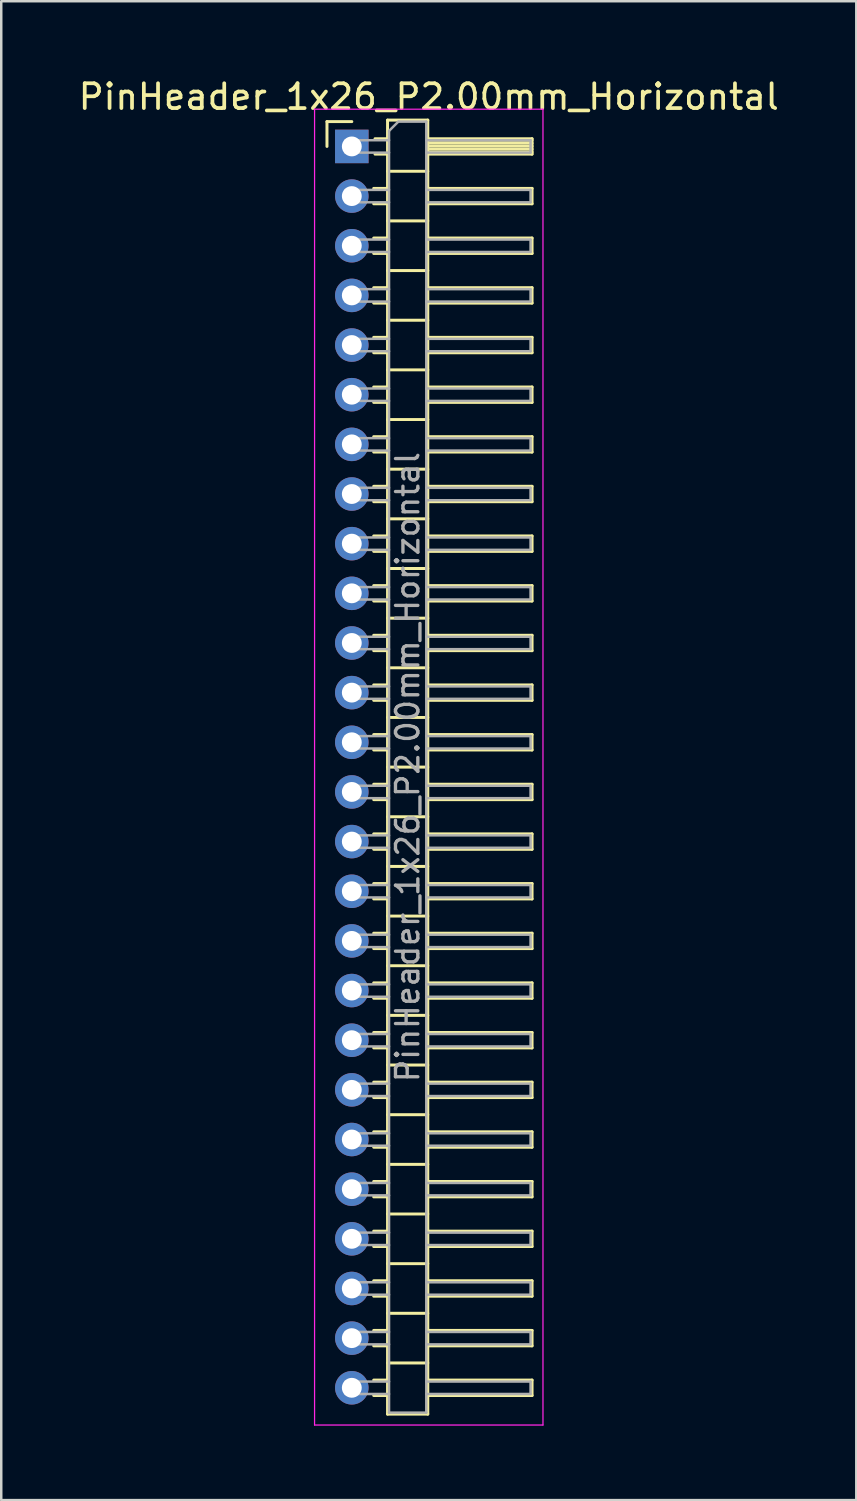
<source format=kicad_pcb>
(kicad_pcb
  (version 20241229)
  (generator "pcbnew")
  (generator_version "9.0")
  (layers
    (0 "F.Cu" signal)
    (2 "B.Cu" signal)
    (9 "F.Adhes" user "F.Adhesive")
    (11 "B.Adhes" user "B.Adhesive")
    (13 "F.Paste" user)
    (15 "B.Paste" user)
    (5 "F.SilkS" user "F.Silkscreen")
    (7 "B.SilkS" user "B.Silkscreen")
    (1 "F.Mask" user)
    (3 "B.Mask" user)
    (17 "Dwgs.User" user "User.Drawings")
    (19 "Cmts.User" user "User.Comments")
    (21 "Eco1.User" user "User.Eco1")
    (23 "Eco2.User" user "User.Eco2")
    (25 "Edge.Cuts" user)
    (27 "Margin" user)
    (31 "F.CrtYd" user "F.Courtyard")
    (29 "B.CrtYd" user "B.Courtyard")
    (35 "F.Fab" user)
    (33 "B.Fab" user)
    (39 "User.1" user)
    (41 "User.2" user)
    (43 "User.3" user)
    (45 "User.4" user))
  (footprint "PinHeader_1x26_P2.00mm_Horizontal"
    (layer "F.Cu")
    (at 11.12 2.848)
    (property "Reference" "PinHeader_1x26_P2.00mm_Horizontal" (at 3.1 -2 0) (layer "F.SilkS") (effects (font (size 1 1) (thickness 0.15))))
    (attr through_hole)
    (fp_line (start -1 -1) (end 0 -1) (stroke (width 0.12) (type solid)) (layer "F.SilkS"))
    (fp_line (start -1 0) (end -1 -1) (stroke (width 0.12) (type solid)) (layer "F.SilkS"))
    (fp_line (start 0.882 1.69) (end 1.44 1.69) (stroke (width 0.12) (type solid)) (layer "F.SilkS"))
    (fp_line (start 0.882 2.31) (end 1.44 2.31) (stroke (width 0.12) (type solid)) (layer "F.SilkS"))
    (fp_line (start 0.882 3.69) (end 1.44 3.69) (stroke (width 0.12) (type solid)) (layer "F.SilkS"))
    (fp_line (start 0.882 4.31) (end 1.44 4.31) (stroke (width 0.12) (type solid)) (layer "F.SilkS"))
    (fp_line (start 0.882 5.69) (end 1.44 5.69) (stroke (width 0.12) (type solid)) (layer "F.SilkS"))
    (fp_line (start 0.882 6.31) (end 1.44 6.31) (stroke (width 0.12) (type solid)) (layer "F.SilkS"))
    (fp_line (start 0.882 7.69) (end 1.44 7.69) (stroke (width 0.12) (type solid)) (layer "F.SilkS"))
    (fp_line (start 0.882 8.31) (end 1.44 8.31) (stroke (width 0.12) (type solid)) (layer "F.SilkS"))
    (fp_line (start 0.882 9.69) (end 1.44 9.69) (stroke (width 0.12) (type solid)) (layer "F.SilkS"))
    (fp_line (start 0.882 10.31) (end 1.44 10.31) (stroke (width 0.12) (type solid)) (layer "F.SilkS"))
    (fp_line (start 0.882 11.69) (end 1.44 11.69) (stroke (width 0.12) (type solid)) (layer "F.SilkS"))
    (fp_line (start 0.882 12.31) (end 1.44 12.31) (stroke (width 0.12) (type solid)) (layer "F.SilkS"))
    (fp_line (start 0.882 13.69) (end 1.44 13.69) (stroke (width 0.12) (type solid)) (layer "F.SilkS"))
    (fp_line (start 0.882 14.31) (end 1.44 14.31) (stroke (width 0.12) (type solid)) (layer "F.SilkS"))
    (fp_line (start 0.882 15.69) (end 1.44 15.69) (stroke (width 0.12) (type solid)) (layer "F.SilkS"))
    (fp_line (start 0.882 16.31) (end 1.44 16.31) (stroke (width 0.12) (type solid)) (layer "F.SilkS"))
    (fp_line (start 0.882 17.69) (end 1.44 17.69) (stroke (width 0.12) (type solid)) (layer "F.SilkS"))
    (fp_line (start 0.882 18.31) (end 1.44 18.31) (stroke (width 0.12) (type solid)) (layer "F.SilkS"))
    (fp_line (start 0.882 19.69) (end 1.44 19.69) (stroke (width 0.12) (type solid)) (layer "F.SilkS"))
    (fp_line (start 0.882 20.31) (end 1.44 20.31) (stroke (width 0.12) (type solid)) (layer "F.SilkS"))
    (fp_line (start 0.882 21.69) (end 1.44 21.69) (stroke (width 0.12) (type solid)) (layer "F.SilkS"))
    (fp_line (start 0.882 22.31) (end 1.44 22.31) (stroke (width 0.12) (type solid)) (layer "F.SilkS"))
    (fp_line (start 0.882 23.69) (end 1.44 23.69) (stroke (width 0.12) (type solid)) (layer "F.SilkS"))
    (fp_line (start 0.882 24.31) (end 1.44 24.31) (stroke (width 0.12) (type solid)) (layer "F.SilkS"))
    (fp_line (start 0.882 25.69) (end 1.44 25.69) (stroke (width 0.12) (type solid)) (layer "F.SilkS"))
    (fp_line (start 0.882 26.31) (end 1.44 26.31) (stroke (width 0.12) (type solid)) (layer "F.SilkS"))
    (fp_line (start 0.882 27.69) (end 1.44 27.69) (stroke (width 0.12) (type solid)) (layer "F.SilkS"))
    (fp_line (start 0.882 28.31) (end 1.44 28.31) (stroke (width 0.12) (type solid)) (layer "F.SilkS"))
    (fp_line (start 0.882 29.69) (end 1.44 29.69) (stroke (width 0.12) (type solid)) (layer "F.SilkS"))
    (fp_line (start 0.882 30.31) (end 1.44 30.31) (stroke (width 0.12) (type solid)) (layer "F.SilkS"))
    (fp_line (start 0.882 31.69) (end 1.44 31.69) (stroke (width 0.12) (type solid)) (layer "F.SilkS"))
    (fp_line (start 0.882 32.31) (end 1.44 32.31) (stroke (width 0.12) (type solid)) (layer "F.SilkS"))
    (fp_line (start 0.882 33.69) (end 1.44 33.69) (stroke (width 0.12) (type solid)) (layer "F.SilkS"))
    (fp_line (start 0.882 34.31) (end 1.44 34.31) (stroke (width 0.12) (type solid)) (layer "F.SilkS"))
    (fp_line (start 0.882 35.69) (end 1.44 35.69) (stroke (width 0.12) (type solid)) (layer "F.SilkS"))
    (fp_line (start 0.882 36.31) (end 1.44 36.31) (stroke (width 0.12) (type solid)) (layer "F.SilkS"))
    (fp_line (start 0.882 37.69) (end 1.44 37.69) (stroke (width 0.12) (type solid)) (layer "F.SilkS"))
    (fp_line (start 0.882 38.31) (end 1.44 38.31) (stroke (width 0.12) (type solid)) (layer "F.SilkS"))
    (fp_line (start 0.882 39.69) (end 1.44 39.69) (stroke (width 0.12) (type solid)) (layer "F.SilkS"))
    (fp_line (start 0.882 40.31) (end 1.44 40.31) (stroke (width 0.12) (type solid)) (layer "F.SilkS"))
    (fp_line (start 0.882 41.69) (end 1.44 41.69) (stroke (width 0.12) (type solid)) (layer "F.SilkS"))
    (fp_line (start 0.882 42.31) (end 1.44 42.31) (stroke (width 0.12) (type solid)) (layer "F.SilkS"))
    (fp_line (start 0.882 43.69) (end 1.44 43.69) (stroke (width 0.12) (type solid)) (layer "F.SilkS"))
    (fp_line (start 0.882 44.31) (end 1.44 44.31) (stroke (width 0.12) (type solid)) (layer "F.SilkS"))
    (fp_line (start 0.882 45.69) (end 1.44 45.69) (stroke (width 0.12) (type solid)) (layer "F.SilkS"))
    (fp_line (start 0.882 46.31) (end 1.44 46.31) (stroke (width 0.12) (type solid)) (layer "F.SilkS"))
    (fp_line (start 0.882 47.69) (end 1.44 47.69) (stroke (width 0.12) (type solid)) (layer "F.SilkS"))
    (fp_line (start 0.882 48.31) (end 1.44 48.31) (stroke (width 0.12) (type solid)) (layer "F.SilkS"))
    (fp_line (start 0.882 49.69) (end 1.44 49.69) (stroke (width 0.12) (type solid)) (layer "F.SilkS"))
    (fp_line (start 0.882 50.31) (end 1.44 50.31) (stroke (width 0.12) (type solid)) (layer "F.SilkS"))
    (fp_line (start 0.935 -0.31) (end 1.44 -0.31) (stroke (width 0.12) (type solid)) (layer "F.SilkS"))
    (fp_line (start 0.935 0.31) (end 1.44 0.31) (stroke (width 0.12) (type solid)) (layer "F.SilkS"))
    (fp_line (start 1.44 -1.06) (end 1.44 51.06) (stroke (width 0.12) (type solid)) (layer "F.SilkS"))
    (fp_line (start 1.44 1) (end 3.06 1) (stroke (width 0.12) (type solid)) (layer "F.SilkS"))
    (fp_line (start 1.44 3) (end 3.06 3) (stroke (width 0.12) (type solid)) (layer "F.SilkS"))
    (fp_line (start 1.44 5) (end 3.06 5) (stroke (width 0.12) (type solid)) (layer "F.SilkS"))
    (fp_line (start 1.44 7) (end 3.06 7) (stroke (width 0.12) (type solid)) (layer "F.SilkS"))
    (fp_line (start 1.44 9) (end 3.06 9) (stroke (width 0.12) (type solid)) (layer "F.SilkS"))
    (fp_line (start 1.44 11) (end 3.06 11) (stroke (width 0.12) (type solid)) (layer "F.SilkS"))
    (fp_line (start 1.44 13) (end 3.06 13) (stroke (width 0.12) (type solid)) (layer "F.SilkS"))
    (fp_line (start 1.44 15) (end 3.06 15) (stroke (width 0.12) (type solid)) (layer "F.SilkS"))
    (fp_line (start 1.44 17) (end 3.06 17) (stroke (width 0.12) (type solid)) (layer "F.SilkS"))
    (fp_line (start 1.44 19) (end 3.06 19) (stroke (width 0.12) (type solid)) (layer "F.SilkS"))
    (fp_line (start 1.44 21) (end 3.06 21) (stroke (width 0.12) (type solid)) (layer "F.SilkS"))
    (fp_line (start 1.44 23) (end 3.06 23) (stroke (width 0.12) (type solid)) (layer "F.SilkS"))
    (fp_line (start 1.44 25) (end 3.06 25) (stroke (width 0.12) (type solid)) (layer "F.SilkS"))
    (fp_line (start 1.44 27) (end 3.06 27) (stroke (width 0.12) (type solid)) (layer "F.SilkS"))
    (fp_line (start 1.44 29) (end 3.06 29) (stroke (width 0.12) (type solid)) (layer "F.SilkS"))
    (fp_line (start 1.44 31) (end 3.06 31) (stroke (width 0.12) (type solid)) (layer "F.SilkS"))
    (fp_line (start 1.44 33) (end 3.06 33) (stroke (width 0.12) (type solid)) (layer "F.SilkS"))
    (fp_line (start 1.44 35) (end 3.06 35) (stroke (width 0.12) (type solid)) (layer "F.SilkS"))
    (fp_line (start 1.44 37) (end 3.06 37) (stroke (width 0.12) (type solid)) (layer "F.SilkS"))
    (fp_line (start 1.44 39) (end 3.06 39) (stroke (width 0.12) (type solid)) (layer "F.SilkS"))
    (fp_line (start 1.44 41) (end 3.06 41) (stroke (width 0.12) (type solid)) (layer "F.SilkS"))
    (fp_line (start 1.44 43) (end 3.06 43) (stroke (width 0.12) (type solid)) (layer "F.SilkS"))
    (fp_line (start 1.44 45) (end 3.06 45) (stroke (width 0.12) (type solid)) (layer "F.SilkS"))
    (fp_line (start 1.44 47) (end 3.06 47) (stroke (width 0.12) (type solid)) (layer "F.SilkS"))
    (fp_line (start 1.44 49) (end 3.06 49) (stroke (width 0.12) (type solid)) (layer "F.SilkS"))
    (fp_line (start 1.44 51.06) (end 3.06 51.06) (stroke (width 0.12) (type solid)) (layer "F.SilkS"))
    (fp_line (start 3.06 -1.06) (end 1.44 -1.06) (stroke (width 0.12) (type solid)) (layer "F.SilkS"))
    (fp_line (start 3.06 -0.31) (end 7.26 -0.31) (stroke (width 0.12) (type solid)) (layer "F.SilkS"))
    (fp_line (start 3.06 -0.25) (end 7.26 -0.25) (stroke (width 0.12) (type solid)) (layer "F.SilkS"))
    (fp_line (start 3.06 -0.13) (end 7.26 -0.13) (stroke (width 0.12) (type solid)) (layer "F.SilkS"))
    (fp_line (start 3.06 -0.01) (end 7.26 -0.01) (stroke (width 0.12) (type solid)) (layer "F.SilkS"))
    (fp_line (start 3.06 0.11) (end 7.26 0.11) (stroke (width 0.12) (type solid)) (layer "F.SilkS"))
    (fp_line (start 3.06 0.23) (end 7.26 0.23) (stroke (width 0.12) (type solid)) (layer "F.SilkS"))
    (fp_line (start 3.06 1.69) (end 7.26 1.69) (stroke (width 0.12) (type solid)) (layer "F.SilkS"))
    (fp_line (start 3.06 3.69) (end 7.26 3.69) (stroke (width 0.12) (type solid)) (layer "F.SilkS"))
    (fp_line (start 3.06 5.69) (end 7.26 5.69) (stroke (width 0.12) (type solid)) (layer "F.SilkS"))
    (fp_line (start 3.06 7.69) (end 7.26 7.69) (stroke (width 0.12) (type solid)) (layer "F.SilkS"))
    (fp_line (start 3.06 9.69) (end 7.26 9.69) (stroke (width 0.12) (type solid)) (layer "F.SilkS"))
    (fp_line (start 3.06 11.69) (end 7.26 11.69) (stroke (width 0.12) (type solid)) (layer "F.SilkS"))
    (fp_line (start 3.06 13.69) (end 7.26 13.69) (stroke (width 0.12) (type solid)) (layer "F.SilkS"))
    (fp_line (start 3.06 15.69) (end 7.26 15.69) (stroke (width 0.12) (type solid)) (layer "F.SilkS"))
    (fp_line (start 3.06 17.69) (end 7.26 17.69) (stroke (width 0.12) (type solid)) (layer "F.SilkS"))
    (fp_line (start 3.06 19.69) (end 7.26 19.69) (stroke (width 0.12) (type solid)) (layer "F.SilkS"))
    (fp_line (start 3.06 21.69) (end 7.26 21.69) (stroke (width 0.12) (type solid)) (layer "F.SilkS"))
    (fp_line (start 3.06 23.69) (end 7.26 23.69) (stroke (width 0.12) (type solid)) (layer "F.SilkS"))
    (fp_line (start 3.06 25.69) (end 7.26 25.69) (stroke (width 0.12) (type solid)) (layer "F.SilkS"))
    (fp_line (start 3.06 27.69) (end 7.26 27.69) (stroke (width 0.12) (type solid)) (layer "F.SilkS"))
    (fp_line (start 3.06 29.69) (end 7.26 29.69) (stroke (width 0.12) (type solid)) (layer "F.SilkS"))
    (fp_line (start 3.06 31.69) (end 7.26 31.69) (stroke (width 0.12) (type solid)) (layer "F.SilkS"))
    (fp_line (start 3.06 33.69) (end 7.26 33.69) (stroke (width 0.12) (type solid)) (layer "F.SilkS"))
    (fp_line (start 3.06 35.69) (end 7.26 35.69) (stroke (width 0.12) (type solid)) (layer "F.SilkS"))
    (fp_line (start 3.06 37.69) (end 7.26 37.69) (stroke (width 0.12) (type solid)) (layer "F.SilkS"))
    (fp_line (start 3.06 39.69) (end 7.26 39.69) (stroke (width 0.12) (type solid)) (layer "F.SilkS"))
    (fp_line (start 3.06 41.69) (end 7.26 41.69) (stroke (width 0.12) (type solid)) (layer "F.SilkS"))
    (fp_line (start 3.06 43.69) (end 7.26 43.69) (stroke (width 0.12) (type solid)) (layer "F.SilkS"))
    (fp_line (start 3.06 45.69) (end 7.26 45.69) (stroke (width 0.12) (type solid)) (layer "F.SilkS"))
    (fp_line (start 3.06 47.69) (end 7.26 47.69) (stroke (width 0.12) (type solid)) (layer "F.SilkS"))
    (fp_line (start 3.06 49.69) (end 7.26 49.69) (stroke (width 0.12) (type solid)) (layer "F.SilkS"))
    (fp_line (start 3.06 51.06) (end 3.06 -1.06) (stroke (width 0.12) (type solid)) (layer "F.SilkS"))
    (fp_line (start 7.26 -0.31) (end 7.26 0.31) (stroke (width 0.12) (type solid)) (layer "F.SilkS"))
    (fp_line (start 7.26 0.31) (end 3.06 0.31) (stroke (width 0.12) (type solid)) (layer "F.SilkS"))
    (fp_line (start 7.26 1.69) (end 7.26 2.31) (stroke (width 0.12) (type solid)) (layer "F.SilkS"))
    (fp_line (start 7.26 2.31) (end 3.06 2.31) (stroke (width 0.12) (type solid)) (layer "F.SilkS"))
    (fp_line (start 7.26 3.69) (end 7.26 4.31) (stroke (width 0.12) (type solid)) (layer "F.SilkS"))
    (fp_line (start 7.26 4.31) (end 3.06 4.31) (stroke (width 0.12) (type solid)) (layer "F.SilkS"))
    (fp_line (start 7.26 5.69) (end 7.26 6.31) (stroke (width 0.12) (type solid)) (layer "F.SilkS"))
    (fp_line (start 7.26 6.31) (end 3.06 6.31) (stroke (width 0.12) (type solid)) (layer "F.SilkS"))
    (fp_line (start 7.26 7.69) (end 7.26 8.31) (stroke (width 0.12) (type solid)) (layer "F.SilkS"))
    (fp_line (start 7.26 8.31) (end 3.06 8.31) (stroke (width 0.12) (type solid)) (layer "F.SilkS"))
    (fp_line (start 7.26 9.69) (end 7.26 10.31) (stroke (width 0.12) (type solid)) (layer "F.SilkS"))
    (fp_line (start 7.26 10.31) (end 3.06 10.31) (stroke (width 0.12) (type solid)) (layer "F.SilkS"))
    (fp_line (start 7.26 11.69) (end 7.26 12.31) (stroke (width 0.12) (type solid)) (layer "F.SilkS"))
    (fp_line (start 7.26 12.31) (end 3.06 12.31) (stroke (width 0.12) (type solid)) (layer "F.SilkS"))
    (fp_line (start 7.26 13.69) (end 7.26 14.31) (stroke (width 0.12) (type solid)) (layer "F.SilkS"))
    (fp_line (start 7.26 14.31) (end 3.06 14.31) (stroke (width 0.12) (type solid)) (layer "F.SilkS"))
    (fp_line (start 7.26 15.69) (end 7.26 16.31) (stroke (width 0.12) (type solid)) (layer "F.SilkS"))
    (fp_line (start 7.26 16.31) (end 3.06 16.31) (stroke (width 0.12) (type solid)) (layer "F.SilkS"))
    (fp_line (start 7.26 17.69) (end 7.26 18.31) (stroke (width 0.12) (type solid)) (layer "F.SilkS"))
    (fp_line (start 7.26 18.31) (end 3.06 18.31) (stroke (width 0.12) (type solid)) (layer "F.SilkS"))
    (fp_line (start 7.26 19.69) (end 7.26 20.31) (stroke (width 0.12) (type solid)) (layer "F.SilkS"))
    (fp_line (start 7.26 20.31) (end 3.06 20.31) (stroke (width 0.12) (type solid)) (layer "F.SilkS"))
    (fp_line (start 7.26 21.69) (end 7.26 22.31) (stroke (width 0.12) (type solid)) (layer "F.SilkS"))
    (fp_line (start 7.26 22.31) (end 3.06 22.31) (stroke (width 0.12) (type solid)) (layer "F.SilkS"))
    (fp_line (start 7.26 23.69) (end 7.26 24.31) (stroke (width 0.12) (type solid)) (layer "F.SilkS"))
    (fp_line (start 7.26 24.31) (end 3.06 24.31) (stroke (width 0.12) (type solid)) (layer "F.SilkS"))
    (fp_line (start 7.26 25.69) (end 7.26 26.31) (stroke (width 0.12) (type solid)) (layer "F.SilkS"))
    (fp_line (start 7.26 26.31) (end 3.06 26.31) (stroke (width 0.12) (type solid)) (layer "F.SilkS"))
    (fp_line (start 7.26 27.69) (end 7.26 28.31) (stroke (width 0.12) (type solid)) (layer "F.SilkS"))
    (fp_line (start 7.26 28.31) (end 3.06 28.31) (stroke (width 0.12) (type solid)) (layer "F.SilkS"))
    (fp_line (start 7.26 29.69) (end 7.26 30.31) (stroke (width 0.12) (type solid)) (layer "F.SilkS"))
    (fp_line (start 7.26 30.31) (end 3.06 30.31) (stroke (width 0.12) (type solid)) (layer "F.SilkS"))
    (fp_line (start 7.26 31.69) (end 7.26 32.31) (stroke (width 0.12) (type solid)) (layer "F.SilkS"))
    (fp_line (start 7.26 32.31) (end 3.06 32.31) (stroke (width 0.12) (type solid)) (layer "F.SilkS"))
    (fp_line (start 7.26 33.69) (end 7.26 34.31) (stroke (width 0.12) (type solid)) (layer "F.SilkS"))
    (fp_line (start 7.26 34.31) (end 3.06 34.31) (stroke (width 0.12) (type solid)) (layer "F.SilkS"))
    (fp_line (start 7.26 35.69) (end 7.26 36.31) (stroke (width 0.12) (type solid)) (layer "F.SilkS"))
    (fp_line (start 7.26 36.31) (end 3.06 36.31) (stroke (width 0.12) (type solid)) (layer "F.SilkS"))
    (fp_line (start 7.26 37.69) (end 7.26 38.31) (stroke (width 0.12) (type solid)) (layer "F.SilkS"))
    (fp_line (start 7.26 38.31) (end 3.06 38.31) (stroke (width 0.12) (type solid)) (layer "F.SilkS"))
    (fp_line (start 7.26 39.69) (end 7.26 40.31) (stroke (width 0.12) (type solid)) (layer "F.SilkS"))
    (fp_line (start 7.26 40.31) (end 3.06 40.31) (stroke (width 0.12) (type solid)) (layer "F.SilkS"))
    (fp_line (start 7.26 41.69) (end 7.26 42.31) (stroke (width 0.12) (type solid)) (layer "F.SilkS"))
    (fp_line (start 7.26 42.31) (end 3.06 42.31) (stroke (width 0.12) (type solid)) (layer "F.SilkS"))
    (fp_line (start 7.26 43.69) (end 7.26 44.31) (stroke (width 0.12) (type solid)) (layer "F.SilkS"))
    (fp_line (start 7.26 44.31) (end 3.06 44.31) (stroke (width 0.12) (type solid)) (layer "F.SilkS"))
    (fp_line (start 7.26 45.69) (end 7.26 46.31) (stroke (width 0.12) (type solid)) (layer "F.SilkS"))
    (fp_line (start 7.26 46.31) (end 3.06 46.31) (stroke (width 0.12) (type solid)) (layer "F.SilkS"))
    (fp_line (start 7.26 47.69) (end 7.26 48.31) (stroke (width 0.12) (type solid)) (layer "F.SilkS"))
    (fp_line (start 7.26 48.31) (end 3.06 48.31) (stroke (width 0.12) (type solid)) (layer "F.SilkS"))
    (fp_line (start 7.26 49.69) (end 7.26 50.31) (stroke (width 0.12) (type solid)) (layer "F.SilkS"))
    (fp_line (start 7.26 50.31) (end 3.06 50.31) (stroke (width 0.12) (type solid)) (layer "F.SilkS"))
    (fp_line (start -1.5 -1.5) (end -1.5 51.5) (stroke (width 0.05) (type solid)) (layer "F.CrtYd"))
    (fp_line (start -1.5 51.5) (end 7.7 51.5) (stroke (width 0.05) (type solid)) (layer "F.CrtYd"))
    (fp_line (start 7.7 -1.5) (end -1.5 -1.5) (stroke (width 0.05) (type solid)) (layer "F.CrtYd"))
    (fp_line (start 7.7 51.5) (end 7.7 -1.5) (stroke (width 0.05) (type solid)) (layer "F.CrtYd"))
    (fp_line (start -0.25 -0.25) (end -0.25 0.25) (stroke (width 0.1) (type solid)) (layer "F.Fab"))
    (fp_line (start -0.25 -0.25) (end 1.5 -0.25) (stroke (width 0.1) (type solid)) (layer "F.Fab"))
    (fp_line (start -0.25 0.25) (end 1.5 0.25) (stroke (width 0.1) (type solid)) (layer "F.Fab"))
    (fp_line (start -0.25 1.75) (end -0.25 2.25) (stroke (width 0.1) (type solid)) (layer "F.Fab"))
    (fp_line (start -0.25 1.75) (end 1.5 1.75) (stroke (width 0.1) (type solid)) (layer "F.Fab"))
    (fp_line (start -0.25 2.25) (end 1.5 2.25) (stroke (width 0.1) (type solid)) (layer "F.Fab"))
    (fp_line (start -0.25 3.75) (end -0.25 4.25) (stroke (width 0.1) (type solid)) (layer "F.Fab"))
    (fp_line (start -0.25 3.75) (end 1.5 3.75) (stroke (width 0.1) (type solid)) (layer "F.Fab"))
    (fp_line (start -0.25 4.25) (end 1.5 4.25) (stroke (width 0.1) (type solid)) (layer "F.Fab"))
    (fp_line (start -0.25 5.75) (end -0.25 6.25) (stroke (width 0.1) (type solid)) (layer "F.Fab"))
    (fp_line (start -0.25 5.75) (end 1.5 5.75) (stroke (width 0.1) (type solid)) (layer "F.Fab"))
    (fp_line (start -0.25 6.25) (end 1.5 6.25) (stroke (width 0.1) (type solid)) (layer "F.Fab"))
    (fp_line (start -0.25 7.75) (end -0.25 8.25) (stroke (width 0.1) (type solid)) (layer "F.Fab"))
    (fp_line (start -0.25 7.75) (end 1.5 7.75) (stroke (width 0.1) (type solid)) (layer "F.Fab"))
    (fp_line (start -0.25 8.25) (end 1.5 8.25) (stroke (width 0.1) (type solid)) (layer "F.Fab"))
    (fp_line (start -0.25 9.75) (end -0.25 10.25) (stroke (width 0.1) (type solid)) (layer "F.Fab"))
    (fp_line (start -0.25 9.75) (end 1.5 9.75) (stroke (width 0.1) (type solid)) (layer "F.Fab"))
    (fp_line (start -0.25 10.25) (end 1.5 10.25) (stroke (width 0.1) (type solid)) (layer "F.Fab"))
    (fp_line (start -0.25 11.75) (end -0.25 12.25) (stroke (width 0.1) (type solid)) (layer "F.Fab"))
    (fp_line (start -0.25 11.75) (end 1.5 11.75) (stroke (width 0.1) (type solid)) (layer "F.Fab"))
    (fp_line (start -0.25 12.25) (end 1.5 12.25) (stroke (width 0.1) (type solid)) (layer "F.Fab"))
    (fp_line (start -0.25 13.75) (end -0.25 14.25) (stroke (width 0.1) (type solid)) (layer "F.Fab"))
    (fp_line (start -0.25 13.75) (end 1.5 13.75) (stroke (width 0.1) (type solid)) (layer "F.Fab"))
    (fp_line (start -0.25 14.25) (end 1.5 14.25) (stroke (width 0.1) (type solid)) (layer "F.Fab"))
    (fp_line (start -0.25 15.75) (end -0.25 16.25) (stroke (width 0.1) (type solid)) (layer "F.Fab"))
    (fp_line (start -0.25 15.75) (end 1.5 15.75) (stroke (width 0.1) (type solid)) (layer "F.Fab"))
    (fp_line (start -0.25 16.25) (end 1.5 16.25) (stroke (width 0.1) (type solid)) (layer "F.Fab"))
    (fp_line (start -0.25 17.75) (end -0.25 18.25) (stroke (width 0.1) (type solid)) (layer "F.Fab"))
    (fp_line (start -0.25 17.75) (end 1.5 17.75) (stroke (width 0.1) (type solid)) (layer "F.Fab"))
    (fp_line (start -0.25 18.25) (end 1.5 18.25) (stroke (width 0.1) (type solid)) (layer "F.Fab"))
    (fp_line (start -0.25 19.75) (end -0.25 20.25) (stroke (width 0.1) (type solid)) (layer "F.Fab"))
    (fp_line (start -0.25 19.75) (end 1.5 19.75) (stroke (width 0.1) (type solid)) (layer "F.Fab"))
    (fp_line (start -0.25 20.25) (end 1.5 20.25) (stroke (width 0.1) (type solid)) (layer "F.Fab"))
    (fp_line (start -0.25 21.75) (end -0.25 22.25) (stroke (width 0.1) (type solid)) (layer "F.Fab"))
    (fp_line (start -0.25 21.75) (end 1.5 21.75) (stroke (width 0.1) (type solid)) (layer "F.Fab"))
    (fp_line (start -0.25 22.25) (end 1.5 22.25) (stroke (width 0.1) (type solid)) (layer "F.Fab"))
    (fp_line (start -0.25 23.75) (end -0.25 24.25) (stroke (width 0.1) (type solid)) (layer "F.Fab"))
    (fp_line (start -0.25 23.75) (end 1.5 23.75) (stroke (width 0.1) (type solid)) (layer "F.Fab"))
    (fp_line (start -0.25 24.25) (end 1.5 24.25) (stroke (width 0.1) (type solid)) (layer "F.Fab"))
    (fp_line (start -0.25 25.75) (end -0.25 26.25) (stroke (width 0.1) (type solid)) (layer "F.Fab"))
    (fp_line (start -0.25 25.75) (end 1.5 25.75) (stroke (width 0.1) (type solid)) (layer "F.Fab"))
    (fp_line (start -0.25 26.25) (end 1.5 26.25) (stroke (width 0.1) (type solid)) (layer "F.Fab"))
    (fp_line (start -0.25 27.75) (end -0.25 28.25) (stroke (width 0.1) (type solid)) (layer "F.Fab"))
    (fp_line (start -0.25 27.75) (end 1.5 27.75) (stroke (width 0.1) (type solid)) (layer "F.Fab"))
    (fp_line (start -0.25 28.25) (end 1.5 28.25) (stroke (width 0.1) (type solid)) (layer "F.Fab"))
    (fp_line (start -0.25 29.75) (end -0.25 30.25) (stroke (width 0.1) (type solid)) (layer "F.Fab"))
    (fp_line (start -0.25 29.75) (end 1.5 29.75) (stroke (width 0.1) (type solid)) (layer "F.Fab"))
    (fp_line (start -0.25 30.25) (end 1.5 30.25) (stroke (width 0.1) (type solid)) (layer "F.Fab"))
    (fp_line (start -0.25 31.75) (end -0.25 32.25) (stroke (width 0.1) (type solid)) (layer "F.Fab"))
    (fp_line (start -0.25 31.75) (end 1.5 31.75) (stroke (width 0.1) (type solid)) (layer "F.Fab"))
    (fp_line (start -0.25 32.25) (end 1.5 32.25) (stroke (width 0.1) (type solid)) (layer "F.Fab"))
    (fp_line (start -0.25 33.75) (end -0.25 34.25) (stroke (width 0.1) (type solid)) (layer "F.Fab"))
    (fp_line (start -0.25 33.75) (end 1.5 33.75) (stroke (width 0.1) (type solid)) (layer "F.Fab"))
    (fp_line (start -0.25 34.25) (end 1.5 34.25) (stroke (width 0.1) (type solid)) (layer "F.Fab"))
    (fp_line (start -0.25 35.75) (end -0.25 36.25) (stroke (width 0.1) (type solid)) (layer "F.Fab"))
    (fp_line (start -0.25 35.75) (end 1.5 35.75) (stroke (width 0.1) (type solid)) (layer "F.Fab"))
    (fp_line (start -0.25 36.25) (end 1.5 36.25) (stroke (width 0.1) (type solid)) (layer "F.Fab"))
    (fp_line (start -0.25 37.75) (end -0.25 38.25) (stroke (width 0.1) (type solid)) (layer "F.Fab"))
    (fp_line (start -0.25 37.75) (end 1.5 37.75) (stroke (width 0.1) (type solid)) (layer "F.Fab"))
    (fp_line (start -0.25 38.25) (end 1.5 38.25) (stroke (width 0.1) (type solid)) (layer "F.Fab"))
    (fp_line (start -0.25 39.75) (end -0.25 40.25) (stroke (width 0.1) (type solid)) (layer "F.Fab"))
    (fp_line (start -0.25 39.75) (end 1.5 39.75) (stroke (width 0.1) (type solid)) (layer "F.Fab"))
    (fp_line (start -0.25 40.25) (end 1.5 40.25) (stroke (width 0.1) (type solid)) (layer "F.Fab"))
    (fp_line (start -0.25 41.75) (end -0.25 42.25) (stroke (width 0.1) (type solid)) (layer "F.Fab"))
    (fp_line (start -0.25 41.75) (end 1.5 41.75) (stroke (width 0.1) (type solid)) (layer "F.Fab"))
    (fp_line (start -0.25 42.25) (end 1.5 42.25) (stroke (width 0.1) (type solid)) (layer "F.Fab"))
    (fp_line (start -0.25 43.75) (end -0.25 44.25) (stroke (width 0.1) (type solid)) (layer "F.Fab"))
    (fp_line (start -0.25 43.75) (end 1.5 43.75) (stroke (width 0.1) (type solid)) (layer "F.Fab"))
    (fp_line (start -0.25 44.25) (end 1.5 44.25) (stroke (width 0.1) (type solid)) (layer "F.Fab"))
    (fp_line (start -0.25 45.75) (end -0.25 46.25) (stroke (width 0.1) (type solid)) (layer "F.Fab"))
    (fp_line (start -0.25 45.75) (end 1.5 45.75) (stroke (width 0.1) (type solid)) (layer "F.Fab"))
    (fp_line (start -0.25 46.25) (end 1.5 46.25) (stroke (width 0.1) (type solid)) (layer "F.Fab"))
    (fp_line (start -0.25 47.75) (end -0.25 48.25) (stroke (width 0.1) (type solid)) (layer "F.Fab"))
    (fp_line (start -0.25 47.75) (end 1.5 47.75) (stroke (width 0.1) (type solid)) (layer "F.Fab"))
    (fp_line (start -0.25 48.25) (end 1.5 48.25) (stroke (width 0.1) (type solid)) (layer "F.Fab"))
    (fp_line (start -0.25 49.75) (end -0.25 50.25) (stroke (width 0.1) (type solid)) (layer "F.Fab"))
    (fp_line (start -0.25 49.75) (end 1.5 49.75) (stroke (width 0.1) (type solid)) (layer "F.Fab"))
    (fp_line (start -0.25 50.25) (end 1.5 50.25) (stroke (width 0.1) (type solid)) (layer "F.Fab"))
    (fp_line (start 1.5 -0.625) (end 1.875 -1) (stroke (width 0.1) (type solid)) (layer "F.Fab"))
    (fp_line (start 1.5 51) (end 1.5 -0.625) (stroke (width 0.1) (type solid)) (layer "F.Fab"))
    (fp_line (start 1.875 -1) (end 3 -1) (stroke (width 0.1) (type solid)) (layer "F.Fab"))
    (fp_line (start 3 -1) (end 3 51) (stroke (width 0.1) (type solid)) (layer "F.Fab"))
    (fp_line (start 3 -0.25) (end 7.2 -0.25) (stroke (width 0.1) (type solid)) (layer "F.Fab"))
    (fp_line (start 3 0.25) (end 7.2 0.25) (stroke (width 0.1) (type solid)) (layer "F.Fab"))
    (fp_line (start 3 1.75) (end 7.2 1.75) (stroke (width 0.1) (type solid)) (layer "F.Fab"))
    (fp_line (start 3 2.25) (end 7.2 2.25) (stroke (width 0.1) (type solid)) (layer "F.Fab"))
    (fp_line (start 3 3.75) (end 7.2 3.75) (stroke (width 0.1) (type solid)) (layer "F.Fab"))
    (fp_line (start 3 4.25) (end 7.2 4.25) (stroke (width 0.1) (type solid)) (layer "F.Fab"))
    (fp_line (start 3 5.75) (end 7.2 5.75) (stroke (width 0.1) (type solid)) (layer "F.Fab"))
    (fp_line (start 3 6.25) (end 7.2 6.25) (stroke (width 0.1) (type solid)) (layer "F.Fab"))
    (fp_line (start 3 7.75) (end 7.2 7.75) (stroke (width 0.1) (type solid)) (layer "F.Fab"))
    (fp_line (start 3 8.25) (end 7.2 8.25) (stroke (width 0.1) (type solid)) (layer "F.Fab"))
    (fp_line (start 3 9.75) (end 7.2 9.75) (stroke (width 0.1) (type solid)) (layer "F.Fab"))
    (fp_line (start 3 10.25) (end 7.2 10.25) (stroke (width 0.1) (type solid)) (layer "F.Fab"))
    (fp_line (start 3 11.75) (end 7.2 11.75) (stroke (width 0.1) (type solid)) (layer "F.Fab"))
    (fp_line (start 3 12.25) (end 7.2 12.25) (stroke (width 0.1) (type solid)) (layer "F.Fab"))
    (fp_line (start 3 13.75) (end 7.2 13.75) (stroke (width 0.1) (type solid)) (layer "F.Fab"))
    (fp_line (start 3 14.25) (end 7.2 14.25) (stroke (width 0.1) (type solid)) (layer "F.Fab"))
    (fp_line (start 3 15.75) (end 7.2 15.75) (stroke (width 0.1) (type solid)) (layer "F.Fab"))
    (fp_line (start 3 16.25) (end 7.2 16.25) (stroke (width 0.1) (type solid)) (layer "F.Fab"))
    (fp_line (start 3 17.75) (end 7.2 17.75) (stroke (width 0.1) (type solid)) (layer "F.Fab"))
    (fp_line (start 3 18.25) (end 7.2 18.25) (stroke (width 0.1) (type solid)) (layer "F.Fab"))
    (fp_line (start 3 19.75) (end 7.2 19.75) (stroke (width 0.1) (type solid)) (layer "F.Fab"))
    (fp_line (start 3 20.25) (end 7.2 20.25) (stroke (width 0.1) (type solid)) (layer "F.Fab"))
    (fp_line (start 3 21.75) (end 7.2 21.75) (stroke (width 0.1) (type solid)) (layer "F.Fab"))
    (fp_line (start 3 22.25) (end 7.2 22.25) (stroke (width 0.1) (type solid)) (layer "F.Fab"))
    (fp_line (start 3 23.75) (end 7.2 23.75) (stroke (width 0.1) (type solid)) (layer "F.Fab"))
    (fp_line (start 3 24.25) (end 7.2 24.25) (stroke (width 0.1) (type solid)) (layer "F.Fab"))
    (fp_line (start 3 25.75) (end 7.2 25.75) (stroke (width 0.1) (type solid)) (layer "F.Fab"))
    (fp_line (start 3 26.25) (end 7.2 26.25) (stroke (width 0.1) (type solid)) (layer "F.Fab"))
    (fp_line (start 3 27.75) (end 7.2 27.75) (stroke (width 0.1) (type solid)) (layer "F.Fab"))
    (fp_line (start 3 28.25) (end 7.2 28.25) (stroke (width 0.1) (type solid)) (layer "F.Fab"))
    (fp_line (start 3 29.75) (end 7.2 29.75) (stroke (width 0.1) (type solid)) (layer "F.Fab"))
    (fp_line (start 3 30.25) (end 7.2 30.25) (stroke (width 0.1) (type solid)) (layer "F.Fab"))
    (fp_line (start 3 31.75) (end 7.2 31.75) (stroke (width 0.1) (type solid)) (layer "F.Fab"))
    (fp_line (start 3 32.25) (end 7.2 32.25) (stroke (width 0.1) (type solid)) (layer "F.Fab"))
    (fp_line (start 3 33.75) (end 7.2 33.75) (stroke (width 0.1) (type solid)) (layer "F.Fab"))
    (fp_line (start 3 34.25) (end 7.2 34.25) (stroke (width 0.1) (type solid)) (layer "F.Fab"))
    (fp_line (start 3 35.75) (end 7.2 35.75) (stroke (width 0.1) (type solid)) (layer "F.Fab"))
    (fp_line (start 3 36.25) (end 7.2 36.25) (stroke (width 0.1) (type solid)) (layer "F.Fab"))
    (fp_line (start 3 37.75) (end 7.2 37.75) (stroke (width 0.1) (type solid)) (layer "F.Fab"))
    (fp_line (start 3 38.25) (end 7.2 38.25) (stroke (width 0.1) (type solid)) (layer "F.Fab"))
    (fp_line (start 3 39.75) (end 7.2 39.75) (stroke (width 0.1) (type solid)) (layer "F.Fab"))
    (fp_line (start 3 40.25) (end 7.2 40.25) (stroke (width 0.1) (type solid)) (layer "F.Fab"))
    (fp_line (start 3 41.75) (end 7.2 41.75) (stroke (width 0.1) (type solid)) (layer "F.Fab"))
    (fp_line (start 3 42.25) (end 7.2 42.25) (stroke (width 0.1) (type solid)) (layer "F.Fab"))
    (fp_line (start 3 43.75) (end 7.2 43.75) (stroke (width 0.1) (type solid)) (layer "F.Fab"))
    (fp_line (start 3 44.25) (end 7.2 44.25) (stroke (width 0.1) (type solid)) (layer "F.Fab"))
    (fp_line (start 3 45.75) (end 7.2 45.75) (stroke (width 0.1) (type solid)) (layer "F.Fab"))
    (fp_line (start 3 46.25) (end 7.2 46.25) (stroke (width 0.1) (type solid)) (layer "F.Fab"))
    (fp_line (start 3 47.75) (end 7.2 47.75) (stroke (width 0.1) (type solid)) (layer "F.Fab"))
    (fp_line (start 3 48.25) (end 7.2 48.25) (stroke (width 0.1) (type solid)) (layer "F.Fab"))
    (fp_line (start 3 49.75) (end 7.2 49.75) (stroke (width 0.1) (type solid)) (layer "F.Fab"))
    (fp_line (start 3 50.25) (end 7.2 50.25) (stroke (width 0.1) (type solid)) (layer "F.Fab"))
    (fp_line (start 3 51) (end 1.5 51) (stroke (width 0.1) (type solid)) (layer "F.Fab"))
    (fp_line (start 7.2 -0.25) (end 7.2 0.25) (stroke (width 0.1) (type solid)) (layer "F.Fab"))
    (fp_line (start 7.2 1.75) (end 7.2 2.25) (stroke (width 0.1) (type solid)) (layer "F.Fab"))
    (fp_line (start 7.2 3.75) (end 7.2 4.25) (stroke (width 0.1) (type solid)) (layer "F.Fab"))
    (fp_line (start 7.2 5.75) (end 7.2 6.25) (stroke (width 0.1) (type solid)) (layer "F.Fab"))
    (fp_line (start 7.2 7.75) (end 7.2 8.25) (stroke (width 0.1) (type solid)) (layer "F.Fab"))
    (fp_line (start 7.2 9.75) (end 7.2 10.25) (stroke (width 0.1) (type solid)) (layer "F.Fab"))
    (fp_line (start 7.2 11.75) (end 7.2 12.25) (stroke (width 0.1) (type solid)) (layer "F.Fab"))
    (fp_line (start 7.2 13.75) (end 7.2 14.25) (stroke (width 0.1) (type solid)) (layer "F.Fab"))
    (fp_line (start 7.2 15.75) (end 7.2 16.25) (stroke (width 0.1) (type solid)) (layer "F.Fab"))
    (fp_line (start 7.2 17.75) (end 7.2 18.25) (stroke (width 0.1) (type solid)) (layer "F.Fab"))
    (fp_line (start 7.2 19.75) (end 7.2 20.25) (stroke (width 0.1) (type solid)) (layer "F.Fab"))
    (fp_line (start 7.2 21.75) (end 7.2 22.25) (stroke (width 0.1) (type solid)) (layer "F.Fab"))
    (fp_line (start 7.2 23.75) (end 7.2 24.25) (stroke (width 0.1) (type solid)) (layer "F.Fab"))
    (fp_line (start 7.2 25.75) (end 7.2 26.25) (stroke (width 0.1) (type solid)) (layer "F.Fab"))
    (fp_line (start 7.2 27.75) (end 7.2 28.25) (stroke (width 0.1) (type solid)) (layer "F.Fab"))
    (fp_line (start 7.2 29.75) (end 7.2 30.25) (stroke (width 0.1) (type solid)) (layer "F.Fab"))
    (fp_line (start 7.2 31.75) (end 7.2 32.25) (stroke (width 0.1) (type solid)) (layer "F.Fab"))
    (fp_line (start 7.2 33.75) (end 7.2 34.25) (stroke (width 0.1) (type solid)) (layer "F.Fab"))
    (fp_line (start 7.2 35.75) (end 7.2 36.25) (stroke (width 0.1) (type solid)) (layer "F.Fab"))
    (fp_line (start 7.2 37.75) (end 7.2 38.25) (stroke (width 0.1) (type solid)) (layer "F.Fab"))
    (fp_line (start 7.2 39.75) (end 7.2 40.25) (stroke (width 0.1) (type solid)) (layer "F.Fab"))
    (fp_line (start 7.2 41.75) (end 7.2 42.25) (stroke (width 0.1) (type solid)) (layer "F.Fab"))
    (fp_line (start 7.2 43.75) (end 7.2 44.25) (stroke (width 0.1) (type solid)) (layer "F.Fab"))
    (fp_line (start 7.2 45.75) (end 7.2 46.25) (stroke (width 0.1) (type solid)) (layer "F.Fab"))
    (fp_line (start 7.2 47.75) (end 7.2 48.25) (stroke (width 0.1) (type solid)) (layer "F.Fab"))
    (fp_line (start 7.2 49.75) (end 7.2 50.25) (stroke (width 0.1) (type solid)) (layer "F.Fab"))
    (fp_text user "${REFERENCE}" (at 2.25 25 90) (layer "F.Fab") (effects (font (size 0.9 0.9) (thickness 0.135))))
    (pad "1" thru_hole rect (at 0 0) (size 1.35 1.35) (drill 0.8) (layers "*.Cu" "*.Mask"))
    (pad "2" thru_hole oval (at 0 2) (size 1.35 1.35) (drill 0.8) (layers "*.Cu" "*.Mask"))
    (pad "3" thru_hole oval (at 0 4) (size 1.35 1.35) (drill 0.8) (layers "*.Cu" "*.Mask"))
    (pad "4" thru_hole oval (at 0 6) (size 1.35 1.35) (drill 0.8) (layers "*.Cu" "*.Mask"))
    (pad "5" thru_hole oval (at 0 8) (size 1.35 1.35) (drill 0.8) (layers "*.Cu" "*.Mask"))
    (pad "6" thru_hole oval (at 0 10) (size 1.35 1.35) (drill 0.8) (layers "*.Cu" "*.Mask"))
    (pad "7" thru_hole oval (at 0 12) (size 1.35 1.35) (drill 0.8) (layers "*.Cu" "*.Mask"))
    (pad "8" thru_hole oval (at 0 14) (size 1.35 1.35) (drill 0.8) (layers "*.Cu" "*.Mask"))
    (pad "9" thru_hole oval (at 0 16) (size 1.35 1.35) (drill 0.8) (layers "*.Cu" "*.Mask"))
    (pad "10" thru_hole oval (at 0 18) (size 1.35 1.35) (drill 0.8) (layers "*.Cu" "*.Mask"))
    (pad "11" thru_hole oval (at 0 20) (size 1.35 1.35) (drill 0.8) (layers "*.Cu" "*.Mask"))
    (pad "12" thru_hole oval (at 0 22) (size 1.35 1.35) (drill 0.8) (layers "*.Cu" "*.Mask"))
    (pad "13" thru_hole oval (at 0 24) (size 1.35 1.35) (drill 0.8) (layers "*.Cu" "*.Mask"))
    (pad "14" thru_hole oval (at 0 26) (size 1.35 1.35) (drill 0.8) (layers "*.Cu" "*.Mask"))
    (pad "15" thru_hole oval (at 0 28) (size 1.35 1.35) (drill 0.8) (layers "*.Cu" "*.Mask"))
    (pad "16" thru_hole oval (at 0 30) (size 1.35 1.35) (drill 0.8) (layers "*.Cu" "*.Mask"))
    (pad "17" thru_hole oval (at 0 32) (size 1.35 1.35) (drill 0.8) (layers "*.Cu" "*.Mask"))
    (pad "18" thru_hole oval (at 0 34) (size 1.35 1.35) (drill 0.8) (layers "*.Cu" "*.Mask"))
    (pad "19" thru_hole oval (at 0 36) (size 1.35 1.35) (drill 0.8) (layers "*.Cu" "*.Mask"))
    (pad "20" thru_hole oval (at 0 38) (size 1.35 1.35) (drill 0.8) (layers "*.Cu" "*.Mask"))
    (pad "21" thru_hole oval (at 0 40) (size 1.35 1.35) (drill 0.8) (layers "*.Cu" "*.Mask"))
    (pad "22" thru_hole oval (at 0 42) (size 1.35 1.35) (drill 0.8) (layers "*.Cu" "*.Mask"))
    (pad "23" thru_hole oval (at 0 44) (size 1.35 1.35) (drill 0.8) (layers "*.Cu" "*.Mask"))
    (pad "24" thru_hole oval (at 0 46) (size 1.35 1.35) (drill 0.8) (layers "*.Cu" "*.Mask"))
    (pad "25" thru_hole oval (at 0 48) (size 1.35 1.35) (drill 0.8) (layers "*.Cu" "*.Mask"))
    (pad "26" thru_hole oval (at 0 50) (size 1.35 1.35) (drill 0.8) (layers "*.Cu" "*.Mask")))
  (gr_rect
    (start -3 -3)
    (end 31.44 57.373)
    (stroke (width 0.1) (type default))
    (fill no)
    (layer "Edge.Cuts")))
</source>
